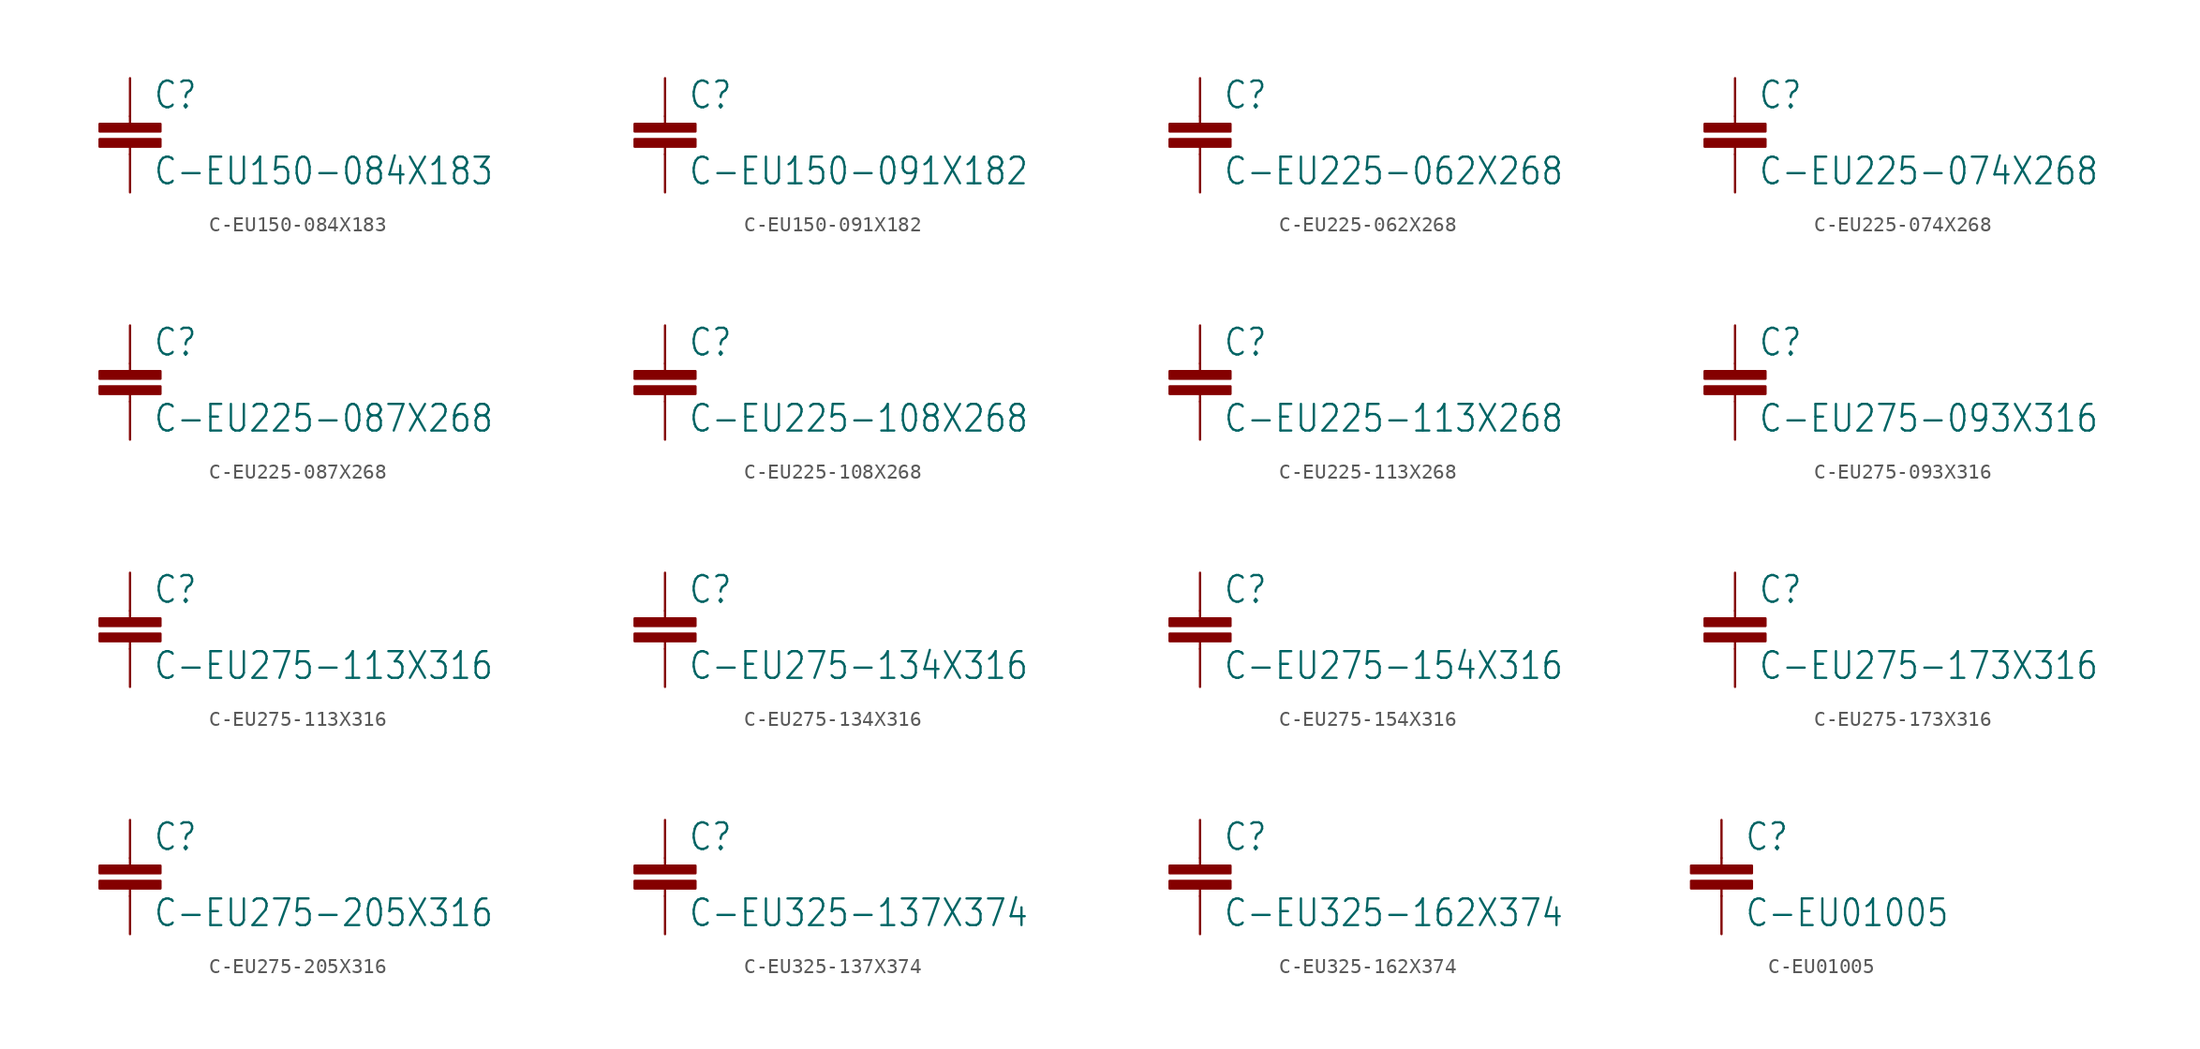
<source format=kicad_sym>
(kicad_symbol_lib
  (version 20200126)
  (host kicad_symbol_editor "5.99.0-unknown-aa7ce74~88~ubuntu18.04.1")
  (symbol "C-EU150-084X183"
    (property "Reference" "C"
      (at 1.524 0.381 0)
      (effects (font (size 1.778 1.511)) (justify left bottom)))
    (property "Value" "C-EU150-084X183"
      (at 1.524 -4.699 0)
      (effects (font (size 1.778 1.511)) (justify left bottom)))
    (property "ki_locked" ""
      (at 0 0 0)
      (effects (font (size 1.27 1.27))))
    (symbol "C-EU150-084X183_1_0"
      (rectangle (start -2.032 -2.032) (end 2.032 -1.524) (stroke (width 0)) (fill (type outline)))
      (rectangle (start -2.032 -1.016) (end 2.032 -0.508) (stroke (width 0)) (fill (type outline)))
      (polyline (pts (xy 0 0) (xy 0 -0.508)) (stroke (width 0.152)) (fill (type none)))
      (polyline (pts (xy 0 -2.54) (xy 0 -2.032)) (stroke (width 0.152)) (fill (type none)))
      (pin passive line (at 0 2.54 270) (length 2.54) (name "1" (effects (font (size 0 0)))) (number "1" (effects (font (size 0 0)))))
      (pin passive line (at 0 -5.08 90) (length 2.54) (name "2" (effects (font (size 0 0)))) (number "2" (effects (font (size 0 0)))))))
  (symbol "C-EU150-091X182"
    (property "Reference" "C"
      (at 1.524 0.381 0)
      (effects (font (size 1.778 1.511)) (justify left bottom)))
    (property "Value" "C-EU150-091X182"
      (at 1.524 -4.699 0)
      (effects (font (size 1.778 1.511)) (justify left bottom)))
    (property "ki_locked" ""
      (at 0 0 0)
      (effects (font (size 1.27 1.27))))
    (symbol "C-EU150-091X182_1_0"
      (rectangle (start -2.032 -2.032) (end 2.032 -1.524) (stroke (width 0)) (fill (type outline)))
      (rectangle (start -2.032 -1.016) (end 2.032 -0.508) (stroke (width 0)) (fill (type outline)))
      (polyline (pts (xy 0 0) (xy 0 -0.508)) (stroke (width 0.152)) (fill (type none)))
      (polyline (pts (xy 0 -2.54) (xy 0 -2.032)) (stroke (width 0.152)) (fill (type none)))
      (pin passive line (at 0 2.54 270) (length 2.54) (name "1" (effects (font (size 0 0)))) (number "1" (effects (font (size 0 0)))))
      (pin passive line (at 0 -5.08 90) (length 2.54) (name "2" (effects (font (size 0 0)))) (number "2" (effects (font (size 0 0)))))))
  (symbol "C-EU225-062X268"
    (property "Reference" "C"
      (at 1.524 0.381 0)
      (effects (font (size 1.778 1.511)) (justify left bottom)))
    (property "Value" "C-EU225-062X268"
      (at 1.524 -4.699 0)
      (effects (font (size 1.778 1.511)) (justify left bottom)))
    (property "ki_locked" ""
      (at 0 0 0)
      (effects (font (size 1.27 1.27))))
    (symbol "C-EU225-062X268_1_0"
      (rectangle (start -2.032 -2.032) (end 2.032 -1.524) (stroke (width 0)) (fill (type outline)))
      (rectangle (start -2.032 -1.016) (end 2.032 -0.508) (stroke (width 0)) (fill (type outline)))
      (polyline (pts (xy 0 0) (xy 0 -0.508)) (stroke (width 0.152)) (fill (type none)))
      (polyline (pts (xy 0 -2.54) (xy 0 -2.032)) (stroke (width 0.152)) (fill (type none)))
      (pin passive line (at 0 2.54 270) (length 2.54) (name "1" (effects (font (size 0 0)))) (number "1" (effects (font (size 0 0)))))
      (pin passive line (at 0 -5.08 90) (length 2.54) (name "2" (effects (font (size 0 0)))) (number "2" (effects (font (size 0 0)))))))
  (symbol "C-EU225-074X268"
    (property "Reference" "C"
      (at 1.524 0.381 0)
      (effects (font (size 1.778 1.511)) (justify left bottom)))
    (property "Value" "C-EU225-074X268"
      (at 1.524 -4.699 0)
      (effects (font (size 1.778 1.511)) (justify left bottom)))
    (property "ki_locked" ""
      (at 0 0 0)
      (effects (font (size 1.27 1.27))))
    (symbol "C-EU225-074X268_1_0"
      (rectangle (start -2.032 -2.032) (end 2.032 -1.524) (stroke (width 0)) (fill (type outline)))
      (rectangle (start -2.032 -1.016) (end 2.032 -0.508) (stroke (width 0)) (fill (type outline)))
      (polyline (pts (xy 0 0) (xy 0 -0.508)) (stroke (width 0.152)) (fill (type none)))
      (polyline (pts (xy 0 -2.54) (xy 0 -2.032)) (stroke (width 0.152)) (fill (type none)))
      (pin passive line (at 0 2.54 270) (length 2.54) (name "1" (effects (font (size 0 0)))) (number "1" (effects (font (size 0 0)))))
      (pin passive line (at 0 -5.08 90) (length 2.54) (name "2" (effects (font (size 0 0)))) (number "2" (effects (font (size 0 0)))))))
  (symbol "C-EU225-087X268"
    (property "Reference" "C"
      (at 1.524 0.381 0)
      (effects (font (size 1.778 1.511)) (justify left bottom)))
    (property "Value" "C-EU225-087X268"
      (at 1.524 -4.699 0)
      (effects (font (size 1.778 1.511)) (justify left bottom)))
    (property "ki_locked" ""
      (at 0 0 0)
      (effects (font (size 1.27 1.27))))
    (symbol "C-EU225-087X268_1_0"
      (rectangle (start -2.032 -2.032) (end 2.032 -1.524) (stroke (width 0)) (fill (type outline)))
      (rectangle (start -2.032 -1.016) (end 2.032 -0.508) (stroke (width 0)) (fill (type outline)))
      (polyline (pts (xy 0 0) (xy 0 -0.508)) (stroke (width 0.152)) (fill (type none)))
      (polyline (pts (xy 0 -2.54) (xy 0 -2.032)) (stroke (width 0.152)) (fill (type none)))
      (pin passive line (at 0 2.54 270) (length 2.54) (name "1" (effects (font (size 0 0)))) (number "1" (effects (font (size 0 0)))))
      (pin passive line (at 0 -5.08 90) (length 2.54) (name "2" (effects (font (size 0 0)))) (number "2" (effects (font (size 0 0)))))))
  (symbol "C-EU225-108X268"
    (property "Reference" "C"
      (at 1.524 0.381 0)
      (effects (font (size 1.778 1.511)) (justify left bottom)))
    (property "Value" "C-EU225-108X268"
      (at 1.524 -4.699 0)
      (effects (font (size 1.778 1.511)) (justify left bottom)))
    (property "ki_locked" ""
      (at 0 0 0)
      (effects (font (size 1.27 1.27))))
    (symbol "C-EU225-108X268_1_0"
      (rectangle (start -2.032 -2.032) (end 2.032 -1.524) (stroke (width 0)) (fill (type outline)))
      (rectangle (start -2.032 -1.016) (end 2.032 -0.508) (stroke (width 0)) (fill (type outline)))
      (polyline (pts (xy 0 0) (xy 0 -0.508)) (stroke (width 0.152)) (fill (type none)))
      (polyline (pts (xy 0 -2.54) (xy 0 -2.032)) (stroke (width 0.152)) (fill (type none)))
      (pin passive line (at 0 2.54 270) (length 2.54) (name "1" (effects (font (size 0 0)))) (number "1" (effects (font (size 0 0)))))
      (pin passive line (at 0 -5.08 90) (length 2.54) (name "2" (effects (font (size 0 0)))) (number "2" (effects (font (size 0 0)))))))
  (symbol "C-EU225-113X268"
    (property "Reference" "C"
      (at 1.524 0.381 0)
      (effects (font (size 1.778 1.511)) (justify left bottom)))
    (property "Value" "C-EU225-113X268"
      (at 1.524 -4.699 0)
      (effects (font (size 1.778 1.511)) (justify left bottom)))
    (property "ki_locked" ""
      (at 0 0 0)
      (effects (font (size 1.27 1.27))))
    (symbol "C-EU225-113X268_1_0"
      (rectangle (start -2.032 -2.032) (end 2.032 -1.524) (stroke (width 0)) (fill (type outline)))
      (rectangle (start -2.032 -1.016) (end 2.032 -0.508) (stroke (width 0)) (fill (type outline)))
      (polyline (pts (xy 0 0) (xy 0 -0.508)) (stroke (width 0.152)) (fill (type none)))
      (polyline (pts (xy 0 -2.54) (xy 0 -2.032)) (stroke (width 0.152)) (fill (type none)))
      (pin passive line (at 0 2.54 270) (length 2.54) (name "1" (effects (font (size 0 0)))) (number "1" (effects (font (size 0 0)))))
      (pin passive line (at 0 -5.08 90) (length 2.54) (name "2" (effects (font (size 0 0)))) (number "2" (effects (font (size 0 0)))))))
  (symbol "C-EU275-093X316"
    (property "Reference" "C"
      (at 1.524 0.381 0)
      (effects (font (size 1.778 1.511)) (justify left bottom)))
    (property "Value" "C-EU275-093X316"
      (at 1.524 -4.699 0)
      (effects (font (size 1.778 1.511)) (justify left bottom)))
    (property "ki_locked" ""
      (at 0 0 0)
      (effects (font (size 1.27 1.27))))
    (symbol "C-EU275-093X316_1_0"
      (rectangle (start -2.032 -2.032) (end 2.032 -1.524) (stroke (width 0)) (fill (type outline)))
      (rectangle (start -2.032 -1.016) (end 2.032 -0.508) (stroke (width 0)) (fill (type outline)))
      (polyline (pts (xy 0 0) (xy 0 -0.508)) (stroke (width 0.152)) (fill (type none)))
      (polyline (pts (xy 0 -2.54) (xy 0 -2.032)) (stroke (width 0.152)) (fill (type none)))
      (pin passive line (at 0 2.54 270) (length 2.54) (name "1" (effects (font (size 0 0)))) (number "1" (effects (font (size 0 0)))))
      (pin passive line (at 0 -5.08 90) (length 2.54) (name "2" (effects (font (size 0 0)))) (number "2" (effects (font (size 0 0)))))))
  (symbol "C-EU275-113X316"
    (property "Reference" "C"
      (at 1.524 0.381 0)
      (effects (font (size 1.778 1.511)) (justify left bottom)))
    (property "Value" "C-EU275-113X316"
      (at 1.524 -4.699 0)
      (effects (font (size 1.778 1.511)) (justify left bottom)))
    (property "ki_locked" ""
      (at 0 0 0)
      (effects (font (size 1.27 1.27))))
    (symbol "C-EU275-113X316_1_0"
      (rectangle (start -2.032 -2.032) (end 2.032 -1.524) (stroke (width 0)) (fill (type outline)))
      (rectangle (start -2.032 -1.016) (end 2.032 -0.508) (stroke (width 0)) (fill (type outline)))
      (polyline (pts (xy 0 0) (xy 0 -0.508)) (stroke (width 0.152)) (fill (type none)))
      (polyline (pts (xy 0 -2.54) (xy 0 -2.032)) (stroke (width 0.152)) (fill (type none)))
      (pin passive line (at 0 2.54 270) (length 2.54) (name "1" (effects (font (size 0 0)))) (number "1" (effects (font (size 0 0)))))
      (pin passive line (at 0 -5.08 90) (length 2.54) (name "2" (effects (font (size 0 0)))) (number "2" (effects (font (size 0 0)))))))
  (symbol "C-EU275-134X316"
    (property "Reference" "C"
      (at 1.524 0.381 0)
      (effects (font (size 1.778 1.511)) (justify left bottom)))
    (property "Value" "C-EU275-134X316"
      (at 1.524 -4.699 0)
      (effects (font (size 1.778 1.511)) (justify left bottom)))
    (property "ki_locked" ""
      (at 0 0 0)
      (effects (font (size 1.27 1.27))))
    (symbol "C-EU275-134X316_1_0"
      (rectangle (start -2.032 -2.032) (end 2.032 -1.524) (stroke (width 0)) (fill (type outline)))
      (rectangle (start -2.032 -1.016) (end 2.032 -0.508) (stroke (width 0)) (fill (type outline)))
      (polyline (pts (xy 0 0) (xy 0 -0.508)) (stroke (width 0.152)) (fill (type none)))
      (polyline (pts (xy 0 -2.54) (xy 0 -2.032)) (stroke (width 0.152)) (fill (type none)))
      (pin passive line (at 0 2.54 270) (length 2.54) (name "1" (effects (font (size 0 0)))) (number "1" (effects (font (size 0 0)))))
      (pin passive line (at 0 -5.08 90) (length 2.54) (name "2" (effects (font (size 0 0)))) (number "2" (effects (font (size 0 0)))))))
  (symbol "C-EU275-154X316"
    (property "Reference" "C"
      (at 1.524 0.381 0)
      (effects (font (size 1.778 1.511)) (justify left bottom)))
    (property "Value" "C-EU275-154X316"
      (at 1.524 -4.699 0)
      (effects (font (size 1.778 1.511)) (justify left bottom)))
    (property "ki_locked" ""
      (at 0 0 0)
      (effects (font (size 1.27 1.27))))
    (symbol "C-EU275-154X316_1_0"
      (rectangle (start -2.032 -2.032) (end 2.032 -1.524) (stroke (width 0)) (fill (type outline)))
      (rectangle (start -2.032 -1.016) (end 2.032 -0.508) (stroke (width 0)) (fill (type outline)))
      (polyline (pts (xy 0 0) (xy 0 -0.508)) (stroke (width 0.152)) (fill (type none)))
      (polyline (pts (xy 0 -2.54) (xy 0 -2.032)) (stroke (width 0.152)) (fill (type none)))
      (pin passive line (at 0 2.54 270) (length 2.54) (name "1" (effects (font (size 0 0)))) (number "1" (effects (font (size 0 0)))))
      (pin passive line (at 0 -5.08 90) (length 2.54) (name "2" (effects (font (size 0 0)))) (number "2" (effects (font (size 0 0)))))))
  (symbol "C-EU275-173X316"
    (property "Reference" "C"
      (at 1.524 0.381 0)
      (effects (font (size 1.778 1.511)) (justify left bottom)))
    (property "Value" "C-EU275-173X316"
      (at 1.524 -4.699 0)
      (effects (font (size 1.778 1.511)) (justify left bottom)))
    (property "ki_locked" ""
      (at 0 0 0)
      (effects (font (size 1.27 1.27))))
    (symbol "C-EU275-173X316_1_0"
      (rectangle (start -2.032 -2.032) (end 2.032 -1.524) (stroke (width 0)) (fill (type outline)))
      (rectangle (start -2.032 -1.016) (end 2.032 -0.508) (stroke (width 0)) (fill (type outline)))
      (polyline (pts (xy 0 0) (xy 0 -0.508)) (stroke (width 0.152)) (fill (type none)))
      (polyline (pts (xy 0 -2.54) (xy 0 -2.032)) (stroke (width 0.152)) (fill (type none)))
      (pin passive line (at 0 2.54 270) (length 2.54) (name "1" (effects (font (size 0 0)))) (number "1" (effects (font (size 0 0)))))
      (pin passive line (at 0 -5.08 90) (length 2.54) (name "2" (effects (font (size 0 0)))) (number "2" (effects (font (size 0 0)))))))
  (symbol "C-EU275-205X316"
    (property "Reference" "C"
      (at 1.524 0.381 0)
      (effects (font (size 1.778 1.511)) (justify left bottom)))
    (property "Value" "C-EU275-205X316"
      (at 1.524 -4.699 0)
      (effects (font (size 1.778 1.511)) (justify left bottom)))
    (property "ki_locked" ""
      (at 0 0 0)
      (effects (font (size 1.27 1.27))))
    (symbol "C-EU275-205X316_1_0"
      (rectangle (start -2.032 -2.032) (end 2.032 -1.524) (stroke (width 0)) (fill (type outline)))
      (rectangle (start -2.032 -1.016) (end 2.032 -0.508) (stroke (width 0)) (fill (type outline)))
      (polyline (pts (xy 0 0) (xy 0 -0.508)) (stroke (width 0.152)) (fill (type none)))
      (polyline (pts (xy 0 -2.54) (xy 0 -2.032)) (stroke (width 0.152)) (fill (type none)))
      (pin passive line (at 0 2.54 270) (length 2.54) (name "1" (effects (font (size 0 0)))) (number "1" (effects (font (size 0 0)))))
      (pin passive line (at 0 -5.08 90) (length 2.54) (name "2" (effects (font (size 0 0)))) (number "2" (effects (font (size 0 0)))))))
  (symbol "C-EU325-137X374"
    (property "Reference" "C"
      (at 1.524 0.381 0)
      (effects (font (size 1.778 1.511)) (justify left bottom)))
    (property "Value" "C-EU325-137X374"
      (at 1.524 -4.699 0)
      (effects (font (size 1.778 1.511)) (justify left bottom)))
    (property "ki_locked" ""
      (at 0 0 0)
      (effects (font (size 1.27 1.27))))
    (symbol "C-EU325-137X374_1_0"
      (rectangle (start -2.032 -2.032) (end 2.032 -1.524) (stroke (width 0)) (fill (type outline)))
      (rectangle (start -2.032 -1.016) (end 2.032 -0.508) (stroke (width 0)) (fill (type outline)))
      (polyline (pts (xy 0 0) (xy 0 -0.508)) (stroke (width 0.152)) (fill (type none)))
      (polyline (pts (xy 0 -2.54) (xy 0 -2.032)) (stroke (width 0.152)) (fill (type none)))
      (pin passive line (at 0 2.54 270) (length 2.54) (name "1" (effects (font (size 0 0)))) (number "1" (effects (font (size 0 0)))))
      (pin passive line (at 0 -5.08 90) (length 2.54) (name "2" (effects (font (size 0 0)))) (number "2" (effects (font (size 0 0)))))))
  (symbol "C-EU325-162X374"
    (property "Reference" "C"
      (at 1.524 0.381 0)
      (effects (font (size 1.778 1.511)) (justify left bottom)))
    (property "Value" "C-EU325-162X374"
      (at 1.524 -4.699 0)
      (effects (font (size 1.778 1.511)) (justify left bottom)))
    (property "ki_locked" ""
      (at 0 0 0)
      (effects (font (size 1.27 1.27))))
    (symbol "C-EU325-162X374_1_0"
      (rectangle (start -2.032 -2.032) (end 2.032 -1.524) (stroke (width 0)) (fill (type outline)))
      (rectangle (start -2.032 -1.016) (end 2.032 -0.508) (stroke (width 0)) (fill (type outline)))
      (polyline (pts (xy 0 0) (xy 0 -0.508)) (stroke (width 0.152)) (fill (type none)))
      (polyline (pts (xy 0 -2.54) (xy 0 -2.032)) (stroke (width 0.152)) (fill (type none)))
      (pin passive line (at 0 2.54 270) (length 2.54) (name "1" (effects (font (size 0 0)))) (number "1" (effects (font (size 0 0)))))
      (pin passive line (at 0 -5.08 90) (length 2.54) (name "2" (effects (font (size 0 0)))) (number "2" (effects (font (size 0 0)))))))
  (symbol "C-EU01005"
    (property "Reference" "C"
      (at 1.524 0.381 0)
      (effects (font (size 1.778 1.511)) (justify left bottom)))
    (property "Value" "C-EU01005"
      (at 1.524 -4.699 0)
      (effects (font (size 1.778 1.511)) (justify left bottom)))
    (property "ki_locked" ""
      (at 0 0 0)
      (effects (font (size 1.27 1.27))))
    (symbol "C-EU01005_1_0"
      (rectangle (start -2.032 -2.032) (end 2.032 -1.524) (stroke (width 0)) (fill (type outline)))
      (rectangle (start -2.032 -1.016) (end 2.032 -0.508) (stroke (width 0)) (fill (type outline)))
      (polyline (pts (xy 0 0) (xy 0 -0.508)) (stroke (width 0.152)) (fill (type none)))
      (polyline (pts (xy 0 -2.54) (xy 0 -2.032)) (stroke (width 0.152)) (fill (type none)))
      (pin passive line (at 0 2.54 270) (length 2.54) (name "1" (effects (font (size 0 0)))) (number "1" (effects (font (size 0 0)))))
      (pin passive line (at 0 -5.08 90) (length 2.54) (name "2" (effects (font (size 0 0)))) (number "2" (effects (font (size 0 0))))))))
</source>
